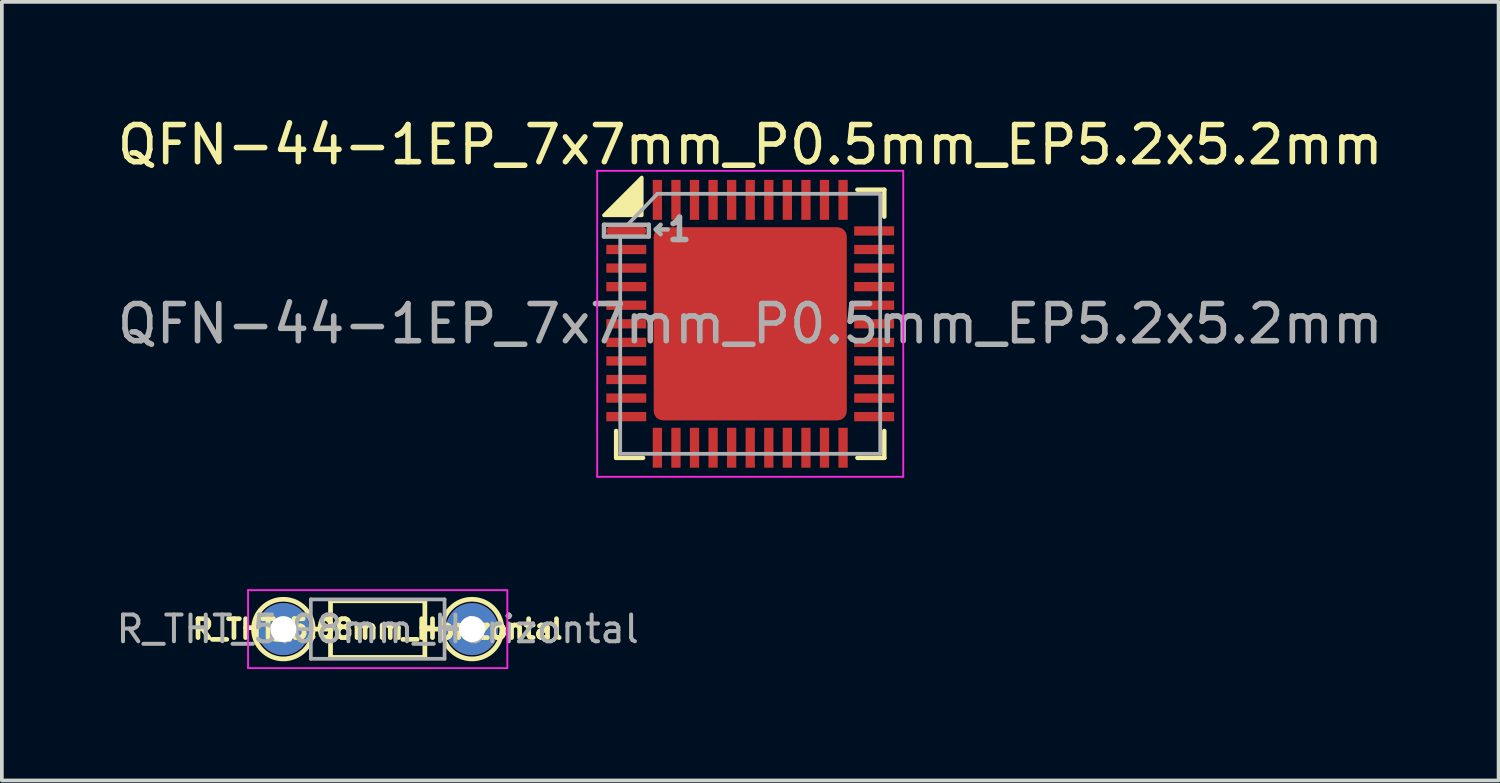
<source format=kicad_pcb>
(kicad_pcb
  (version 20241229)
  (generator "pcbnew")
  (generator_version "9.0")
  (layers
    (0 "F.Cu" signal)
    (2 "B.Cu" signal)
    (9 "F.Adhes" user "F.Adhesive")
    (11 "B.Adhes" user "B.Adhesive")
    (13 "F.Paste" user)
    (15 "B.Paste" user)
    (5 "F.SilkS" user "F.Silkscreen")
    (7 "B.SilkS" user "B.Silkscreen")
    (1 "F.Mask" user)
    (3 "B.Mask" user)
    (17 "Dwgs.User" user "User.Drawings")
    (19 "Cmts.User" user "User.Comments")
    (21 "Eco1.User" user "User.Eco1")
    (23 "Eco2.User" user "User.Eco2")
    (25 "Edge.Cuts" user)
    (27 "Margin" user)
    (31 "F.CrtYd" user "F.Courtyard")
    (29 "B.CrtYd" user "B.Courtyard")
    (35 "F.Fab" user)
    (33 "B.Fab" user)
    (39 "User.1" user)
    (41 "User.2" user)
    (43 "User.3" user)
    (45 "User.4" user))
  (footprint "QFN-44-1EP_7x7mm_P0.5mm_EP5.2x5.2mm"
    (layer "F.Cu")
    (at 17.149 5.668)
    (property "Reference" "QFN-44-1EP_7x7mm_P0.5mm_EP5.2x5.2mm" (at 0 -4.82 0) (layer "F.SilkS") (effects (font (size 1 1) (thickness 0.15))))
    (attr smd)
    (fp_line (start -3.61 3.61) (end -3.61 2.885) (stroke (width 0.12) (type solid)) (layer "F.SilkS"))
    (fp_line (start -2.885 3.61) (end -3.61 3.61) (stroke (width 0.12) (type solid)) (layer "F.SilkS"))
    (fp_line (start 2.885 -3.61) (end 3.61 -3.61) (stroke (width 0.12) (type solid)) (layer "F.SilkS"))
    (fp_line (start 2.885 3.61) (end 3.61 3.61) (stroke (width 0.12) (type solid)) (layer "F.SilkS"))
    (fp_line (start 3.61 -3.61) (end 3.61 -2.885) (stroke (width 0.12) (type solid)) (layer "F.SilkS"))
    (fp_line (start 3.61 3.61) (end 3.61 2.885) (stroke (width 0.12) (type solid)) (layer "F.SilkS"))
    (fp_poly (pts (xy -3.937 -2.921) (xy -2.921 -2.921) (xy -2.921 -3.937)) (stroke (width 0.1) (type solid)) (fill yes) (layer "F.SilkS"))
    (fp_line (start -4.12 -4.12) (end -4.12 4.12) (stroke (width 0.05) (type solid)) (layer "F.CrtYd"))
    (fp_line (start -4.12 4.12) (end 4.12 4.12) (stroke (width 0.05) (type solid)) (layer "F.CrtYd"))
    (fp_line (start 4.12 -4.12) (end -4.12 -4.12) (stroke (width 0.05) (type solid)) (layer "F.CrtYd"))
    (fp_line (start 4.12 4.12) (end 4.12 -4.12) (stroke (width 0.05) (type solid)) (layer "F.CrtYd"))
    (fp_line (start -3.937 -2.667) (end -3.937 -2.349) (stroke (width 0.12) (type solid)) (layer "F.Fab"))
    (fp_line (start -3.937 -2.349) (end -2.731 -2.349) (stroke (width 0.12) (type solid)) (layer "F.Fab"))
    (fp_line (start -3.5 3.5) (end -3.5 -2.286) (stroke (width 0.1) (type solid)) (layer "F.Fab"))
    (fp_line (start -3.302 -2.667) (end -2.5 -3.5) (stroke (width 0.1) (type solid)) (layer "F.Fab"))
    (fp_line (start -2.731 -2.667) (end -3.937 -2.667) (stroke (width 0.12) (type solid)) (layer "F.Fab"))
    (fp_line (start -2.731 -2.349) (end -2.731 -2.667) (stroke (width 0.12) (type solid)) (layer "F.Fab"))
    (fp_line (start -2.54 -2.54) (end -2.413 -2.667) (stroke (width 0.12) (type solid)) (layer "F.Fab"))
    (fp_line (start -2.54 -2.54) (end -2.413 -2.413) (stroke (width 0.12) (type solid)) (layer "F.Fab"))
    (fp_line (start -2.5 -3.5) (end 3.5 -3.5) (stroke (width 0.1) (type solid)) (layer "F.Fab"))
    (fp_line (start -2.223 -2.54) (end -2.54 -2.54) (stroke (width 0.12) (type solid)) (layer "F.Fab"))
    (fp_line (start 3.5 -3.5) (end 3.5 3.5) (stroke (width 0.1) (type solid)) (layer "F.Fab"))
    (fp_line (start 3.5 3.5) (end -3.5 3.5) (stroke (width 0.1) (type solid)) (layer "F.Fab"))
    (fp_text user "${REFERENCE}" (at 0 0 0) (layer "F.Fab") (effects (font (size 1 1) (thickness 0.15))))
    (fp_text user "1" (at -1.905 -2.54 0) (layer "F.Fab") (effects (font (size 0.6 0.6) (thickness 0.15))))
    (pad "" smd roundrect (at -1.95 -1.95) (size 1.05 1.05) (layers "F.Paste") (roundrect_rratio 0.238))
    (pad "" smd roundrect (at -1.95 -0.65) (size 1.05 1.05) (layers "F.Paste") (roundrect_rratio 0.238))
    (pad "" smd roundrect (at -1.95 0.65) (size 1.05 1.05) (layers "F.Paste") (roundrect_rratio 0.238))
    (pad "" smd roundrect (at -1.95 1.95) (size 1.05 1.05) (layers "F.Paste") (roundrect_rratio 0.238))
    (pad "" smd roundrect (at -0.65 -1.95) (size 1.05 1.05) (layers "F.Paste") (roundrect_rratio 0.238))
    (pad "" smd roundrect (at -0.65 -0.65) (size 1.05 1.05) (layers "F.Paste") (roundrect_rratio 0.238))
    (pad "" smd roundrect (at -0.65 0.65) (size 1.05 1.05) (layers "F.Paste") (roundrect_rratio 0.238))
    (pad "" smd roundrect (at -0.65 1.95) (size 1.05 1.05) (layers "F.Paste") (roundrect_rratio 0.238))
    (pad "" smd roundrect (at 0.65 -1.95) (size 1.05 1.05) (layers "F.Paste") (roundrect_rratio 0.238))
    (pad "" smd roundrect (at 0.65 -0.65) (size 1.05 1.05) (layers "F.Paste") (roundrect_rratio 0.238))
    (pad "" smd roundrect (at 0.65 0.65) (size 1.05 1.05) (layers "F.Paste") (roundrect_rratio 0.238))
    (pad "" smd roundrect (at 0.65 1.95) (size 1.05 1.05) (layers "F.Paste") (roundrect_rratio 0.238))
    (pad "" smd roundrect (at 1.95 -1.95) (size 1.05 1.05) (layers "F.Paste") (roundrect_rratio 0.238))
    (pad "" smd roundrect (at 1.95 -0.65) (size 1.05 1.05) (layers "F.Paste") (roundrect_rratio 0.238))
    (pad "" smd roundrect (at 1.95 0.65) (size 1.05 1.05) (layers "F.Paste") (roundrect_rratio 0.238))
    (pad "" smd roundrect (at 1.95 1.95) (size 1.05 1.05) (layers "F.Paste") (roundrect_rratio 0.238))
    (pad "1" smd roundrect (at -3.337 -2.5) (size 1.075 0.25) (layers "F.Cu" "F.Mask" "F.Paste") (roundrect_rratio 0.5))
    (pad "2" smd trapezoid (at -3.337 -2) (size 1.075 0.25) (layers "F.Cu" "F.Mask" "F.Paste"))
    (pad "3" smd trapezoid (at -3.337 -1.5) (size 1.075 0.25) (layers "F.Cu" "F.Mask" "F.Paste"))
    (pad "4" smd trapezoid (at -3.337 -1) (size 1.075 0.25) (layers "F.Cu" "F.Mask" "F.Paste"))
    (pad "5" smd trapezoid (at -3.337 -0.5) (size 1.075 0.25) (layers "F.Cu" "F.Mask" "F.Paste"))
    (pad "6" smd trapezoid (at -3.337 0) (size 1.075 0.25) (layers "F.Cu" "F.Mask" "F.Paste"))
    (pad "7" smd trapezoid (at -3.337 0.5) (size 1.075 0.25) (layers "F.Cu" "F.Mask" "F.Paste"))
    (pad "8" smd trapezoid (at -3.337 1) (size 1.075 0.25) (layers "F.Cu" "F.Mask" "F.Paste"))
    (pad "9" smd trapezoid (at -3.337 1.5) (size 1.075 0.25) (layers "F.Cu" "F.Mask" "F.Paste"))
    (pad "10" smd trapezoid (at -3.337 2) (size 1.075 0.25) (layers "F.Cu" "F.Mask" "F.Paste"))
    (pad "11" smd trapezoid (at -3.337 2.5) (size 1.075 0.25) (layers "F.Cu" "F.Mask" "F.Paste"))
    (pad "12" smd trapezoid (at -2.5 3.337) (size 0.25 1.075) (layers "F.Cu" "F.Mask" "F.Paste"))
    (pad "13" smd trapezoid (at -2 3.337) (size 0.25 1.075) (layers "F.Cu" "F.Mask" "F.Paste"))
    (pad "14" smd trapezoid (at -1.5 3.337) (size 0.25 1.075) (layers "F.Cu" "F.Mask" "F.Paste"))
    (pad "15" smd trapezoid (at -1 3.337) (size 0.25 1.075) (layers "F.Cu" "F.Mask" "F.Paste"))
    (pad "16" smd trapezoid (at -0.5 3.337) (size 0.25 1.075) (layers "F.Cu" "F.Mask" "F.Paste"))
    (pad "17" smd trapezoid (at 0 3.337) (size 0.25 1.075) (layers "F.Cu" "F.Mask" "F.Paste"))
    (pad "18" smd trapezoid (at 0.5 3.337) (size 0.25 1.075) (layers "F.Cu" "F.Mask" "F.Paste"))
    (pad "19" smd trapezoid (at 1 3.337) (size 0.25 1.075) (layers "F.Cu" "F.Mask" "F.Paste"))
    (pad "20" smd trapezoid (at 1.5 3.337) (size 0.25 1.075) (layers "F.Cu" "F.Mask" "F.Paste"))
    (pad "21" smd trapezoid (at 2 3.337) (size 0.25 1.075) (layers "F.Cu" "F.Mask" "F.Paste"))
    (pad "22" smd trapezoid (at 2.5 3.337) (size 0.25 1.075) (layers "F.Cu" "F.Mask" "F.Paste"))
    (pad "23" smd trapezoid (at 3.337 2.5) (size 1.075 0.25) (layers "F.Cu" "F.Mask" "F.Paste"))
    (pad "24" smd trapezoid (at 3.337 2) (size 1.075 0.25) (layers "F.Cu" "F.Mask" "F.Paste"))
    (pad "25" smd trapezoid (at 3.337 1.5) (size 1.075 0.25) (layers "F.Cu" "F.Mask" "F.Paste"))
    (pad "26" smd trapezoid (at 3.337 1) (size 1.075 0.25) (layers "F.Cu" "F.Mask" "F.Paste"))
    (pad "27" smd trapezoid (at 3.337 0.5) (size 1.075 0.25) (layers "F.Cu" "F.Mask" "F.Paste"))
    (pad "28" smd trapezoid (at 3.337 0) (size 1.075 0.25) (layers "F.Cu" "F.Mask" "F.Paste"))
    (pad "29" smd trapezoid (at 3.337 -0.5) (size 1.075 0.25) (layers "F.Cu" "F.Mask" "F.Paste"))
    (pad "30" smd trapezoid (at 3.337 -1) (size 1.075 0.25) (layers "F.Cu" "F.Mask" "F.Paste"))
    (pad "31" smd trapezoid (at 3.337 -1.5) (size 1.075 0.25) (layers "F.Cu" "F.Mask" "F.Paste"))
    (pad "32" smd trapezoid (at 3.337 -2) (size 1.075 0.25) (layers "F.Cu" "F.Mask" "F.Paste"))
    (pad "33" smd trapezoid (at 3.337 -2.5) (size 1.075 0.25) (layers "F.Cu" "F.Mask" "F.Paste"))
    (pad "34" smd trapezoid (at 2.5 -3.337) (size 0.25 1.075) (layers "F.Cu" "F.Mask" "F.Paste"))
    (pad "35" smd trapezoid (at 2 -3.337) (size 0.25 1.075) (layers "F.Cu" "F.Mask" "F.Paste"))
    (pad "36" smd trapezoid (at 1.5 -3.337) (size 0.25 1.075) (layers "F.Cu" "F.Mask" "F.Paste"))
    (pad "37" smd trapezoid (at 1 -3.337) (size 0.25 1.075) (layers "F.Cu" "F.Mask" "F.Paste"))
    (pad "38" smd trapezoid (at 0.5 -3.337) (size 0.25 1.075) (layers "F.Cu" "F.Mask" "F.Paste"))
    (pad "39" smd trapezoid (at 0 -3.337) (size 0.25 1.075) (layers "F.Cu" "F.Mask" "F.Paste"))
    (pad "40" smd trapezoid (at -0.5 -3.337) (size 0.25 1.075) (layers "F.Cu" "F.Mask" "F.Paste"))
    (pad "41" smd trapezoid (at -1 -3.337) (size 0.25 1.075) (layers "F.Cu" "F.Mask" "F.Paste"))
    (pad "42" smd trapezoid (at -1.5 -3.337) (size 0.25 1.075) (layers "F.Cu" "F.Mask" "F.Paste"))
    (pad "43" smd trapezoid (at -2 -3.337) (size 0.25 1.075) (layers "F.Cu" "F.Mask" "F.Paste"))
    (pad "44" smd trapezoid (at -2.5 -3.337) (size 0.25 1.075) (layers "F.Cu" "F.Mask" "F.Paste"))
    (pad "45" smd roundrect (at 0 0) (size 5.2 5.2) (layers "F.Cu" "F.Mask") (roundrect_rratio 0.048)))
  (footprint "R_THT_5.08mm_Horizontal"
    (layer "F.Cu")
    (at 7.119 13.888)
    (property "Reference" "R_THT_5.08mm_Horizontal" (at 0 0 0) (layer "F.SilkS") (effects (font (size 0.508 0.508) (thickness 0.127))))
    (attr through_hole)
    (fp_line (start -1.676 0) (end -1.27 0) (stroke (width 0.127) (type solid)) (layer "F.SilkS"))
    (fp_line (start -1.27 0) (end -1.27 -0.762) (stroke (width 0.127) (type solid)) (layer "F.SilkS"))
    (fp_line (start -1.27 0) (end -1.27 0.762) (stroke (width 0.127) (type solid)) (layer "F.SilkS"))
    (fp_line (start -1.27 0.762) (end 1.27 0.762) (stroke (width 0.127) (type solid)) (layer "F.SilkS"))
    (fp_line (start 1.27 -0.762) (end -1.27 -0.762) (stroke (width 0.127) (type solid)) (layer "F.SilkS"))
    (fp_line (start 1.27 0) (end 1.27 -0.762) (stroke (width 0.127) (type solid)) (layer "F.SilkS"))
    (fp_line (start 1.27 0.762) (end 1.27 0) (stroke (width 0.127) (type solid)) (layer "F.SilkS"))
    (fp_line (start 1.676 0) (end 1.27 0) (stroke (width 0.127) (type solid)) (layer "F.SilkS"))
    (fp_circle (center -2.54 0) (end -1.737 0) (stroke (width 0.127) (type solid)) (fill no) (layer "F.SilkS"))
    (fp_circle (center 2.54 0) (end 3.343 0) (stroke (width 0.127) (type solid)) (fill no) (layer "F.SilkS"))
    (fp_line (start -3.49 -1.05) (end -3.49 1.05) (stroke (width 0.05) (type solid)) (layer "F.CrtYd"))
    (fp_line (start -3.49 1.05) (end 3.49 1.05) (stroke (width 0.05) (type solid)) (layer "F.CrtYd"))
    (fp_line (start 3.49 -1.05) (end -3.49 -1.05) (stroke (width 0.05) (type solid)) (layer "F.CrtYd"))
    (fp_line (start 3.49 1.05) (end 3.49 -1.05) (stroke (width 0.05) (type solid)) (layer "F.CrtYd"))
    (fp_line (start -2.54 0) (end -1.8 0) (stroke (width 0.1) (type solid)) (layer "F.Fab"))
    (fp_line (start -1.8 -0.8) (end -1.8 0.8) (stroke (width 0.1) (type solid)) (layer "F.Fab"))
    (fp_line (start -1.8 0.8) (end 1.8 0.8) (stroke (width 0.1) (type solid)) (layer "F.Fab"))
    (fp_line (start 1.8 -0.8) (end -1.8 -0.8) (stroke (width 0.1) (type solid)) (layer "F.Fab"))
    (fp_line (start 1.8 0.8) (end 1.8 -0.8) (stroke (width 0.1) (type solid)) (layer "F.Fab"))
    (fp_line (start 2.54 0) (end 1.8 0) (stroke (width 0.1) (type solid)) (layer "F.Fab"))
    (fp_text user "${REFERENCE}" (at 0 0 0) (layer "F.Fab") (effects (font (size 0.72 0.72) (thickness 0.108))))
    (pad "1" thru_hole circle (at -2.54 0) (size 1.4 1.4) (drill 0.7) (layers "*.Cu" "*.Mask"))
    (pad "2" thru_hole oval (at 2.54 0) (size 1.4 1.4) (drill 0.7) (layers "*.Cu" "*.Mask")))
  (gr_rect
    (start -3 -3)
    (end 37.298 17.963)
    (stroke (width 0.1) (type default))
    (fill no)
    (layer "Edge.Cuts")))
</source>
